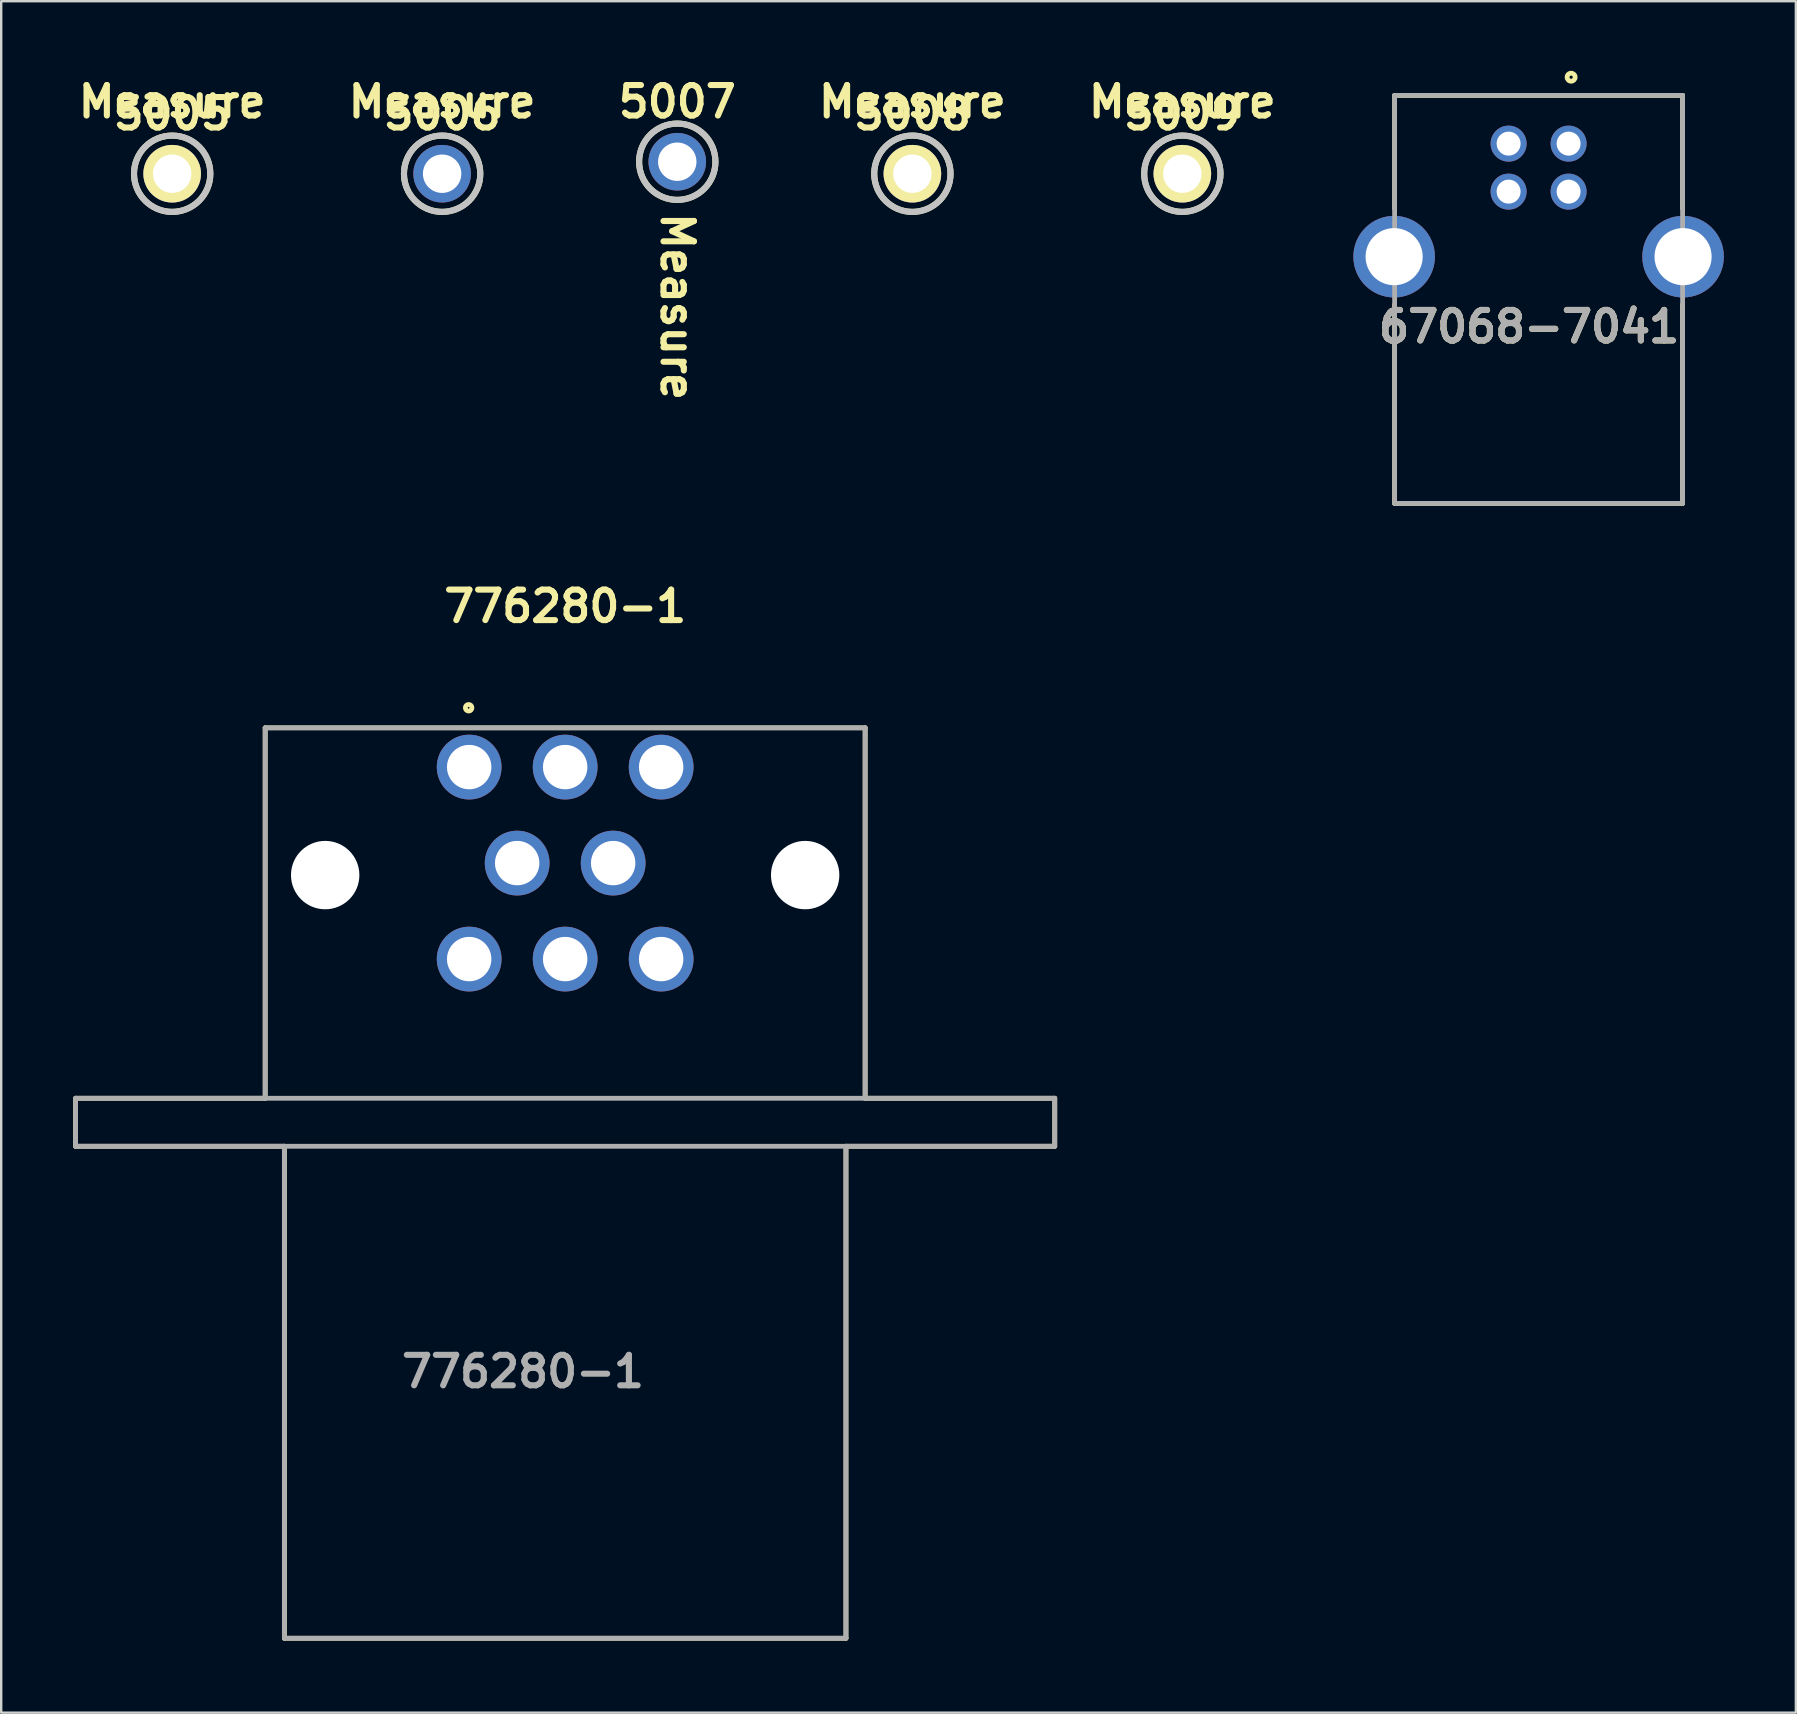
<source format=kicad_pcb>
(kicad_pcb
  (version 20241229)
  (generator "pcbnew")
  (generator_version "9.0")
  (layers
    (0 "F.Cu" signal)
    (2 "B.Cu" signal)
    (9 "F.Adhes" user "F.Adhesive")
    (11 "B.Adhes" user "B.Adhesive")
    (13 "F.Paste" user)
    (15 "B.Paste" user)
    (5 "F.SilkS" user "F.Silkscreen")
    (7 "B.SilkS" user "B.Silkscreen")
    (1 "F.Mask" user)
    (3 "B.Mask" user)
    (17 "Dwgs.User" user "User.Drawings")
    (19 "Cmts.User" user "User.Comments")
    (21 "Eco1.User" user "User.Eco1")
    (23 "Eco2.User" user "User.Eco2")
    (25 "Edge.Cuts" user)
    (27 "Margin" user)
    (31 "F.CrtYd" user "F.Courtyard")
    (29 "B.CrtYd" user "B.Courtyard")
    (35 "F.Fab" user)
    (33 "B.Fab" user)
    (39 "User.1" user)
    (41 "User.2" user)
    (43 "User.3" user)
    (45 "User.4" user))
  (footprint "5008"
    (layer "F.Cu")
    (at 34.968 4.189)
    (property "Reference" "5008" (at 0 -2.5 0) (layer "F.SilkS") (effects (font (size 1.27 1.27) (thickness 0.254))))
    (property "Measure" "Measure" (at 0 -3 0) (layer "F.SilkS") (effects (font (size 1.27 1.27) (thickness 0.254))))
    (attr through_hole exclude_from_pos_files)
    (fp_circle (center 0 0) (end 1.59 0) (stroke (width 0.254) (type solid)) (fill no) (layer "F.SilkS"))
    (fp_circle (center 0 0) (end 1.59 0) (stroke (width 0.254) (type solid)) (fill no) (layer "Dwgs.User"))
    (pad "1" thru_hole circle (at 0 0 90) (size 2.4 2.4) (drill 1.6) (layers "*.Cu" "*.Mask" "F.SilkS")))
  (footprint "5006"
    (layer "F.Cu")
    (at 15.373 4.189)
    (property "Reference" "5006" (at 0 -2.5 0) (layer "F.SilkS") (effects (font (size 1.27 1.27) (thickness 0.254))))
    (property "Measure" "Measure" (at 0 -3 0) (layer "F.SilkS") (effects (font (size 1.27 1.27) (thickness 0.254))))
    (attr through_hole exclude_from_pos_files)
    (fp_circle (center 0 0) (end 1.59 0) (stroke (width 0.254) (type solid)) (fill no) (layer "F.SilkS"))
    (fp_circle (center 0 0) (end 1.59 0) (stroke (width 0.254) (type solid)) (fill no) (layer "Dwgs.User"))
    (pad "1" thru_hole circle (at 0 0 90) (size 2.4 2.4) (drill 1.6) (layers "*.Cu" "*.Mask")))
  (footprint "776280-1"
    (layer "F.Cu")
    (at 20.5 44.714)
    (property "Reference" "776280-1" (at 0 -22.5 0) (layer "F.SilkS") (effects (font (size 1.27 1.27) (thickness 0.254))))
    (attr through_hole)
    (fp_line (start -20.4 -2) (end -20.4 0) (stroke (width 0.2) (type solid)) (layer "F.SilkS"))
    (fp_line (start -20.4 0) (end -11.7 0) (stroke (width 0.2) (type solid)) (layer "F.SilkS"))
    (fp_line (start -12.5 -17.436) (end -12.5 -2) (stroke (width 0.2) (type solid)) (layer "F.SilkS"))
    (fp_line (start -12.5 -2) (end -20.4 -2) (stroke (width 0.2) (type solid)) (layer "F.SilkS"))
    (fp_line (start -11.7 0) (end -11.7 20.5) (stroke (width 0.2) (type solid)) (layer "F.SilkS"))
    (fp_line (start -11.7 20.5) (end 11.7 20.5) (stroke (width 0.2) (type solid)) (layer "F.SilkS"))
    (fp_line (start 11.7 0) (end 20.4 0) (stroke (width 0.2) (type solid)) (layer "F.SilkS"))
    (fp_line (start 11.7 20.5) (end 11.7 0) (stroke (width 0.2) (type solid)) (layer "F.SilkS"))
    (fp_line (start 12.5 -17.436) (end -12.5 -17.436) (stroke (width 0.2) (type solid)) (layer "F.SilkS"))
    (fp_line (start 12.5 -2) (end 12.5 -17.436) (stroke (width 0.2) (type solid)) (layer "F.SilkS"))
    (fp_line (start 20.4 -2) (end 12.5 -2) (stroke (width 0.2) (type solid)) (layer "F.SilkS"))
    (fp_line (start 20.4 0) (end 20.4 -2) (stroke (width 0.2) (type solid)) (layer "F.SilkS"))
    (fp_circle (center -4.022 -18.272) (end -4.022 -18.135) (stroke (width 0.2) (type solid)) (fill no) (layer "F.SilkS"))
    (fp_line (start -20.4 0) (end -20.4 -2) (stroke (width 0.2) (type solid)) (layer "F.Fab"))
    (fp_line (start -20.4 0) (end 20.4 0) (stroke (width 0.2) (type solid)) (layer "F.Fab"))
    (fp_line (start -12.5 -17.436) (end 12.5 -17.436) (stroke (width 0.2) (type solid)) (layer "F.Fab"))
    (fp_line (start -12.5 -2) (end -20.4 -2) (stroke (width 0.2) (type solid)) (layer "F.Fab"))
    (fp_line (start -12.5 -2) (end -12.5 -17.436) (stroke (width 0.2) (type solid)) (layer "F.Fab"))
    (fp_line (start -11.7 0) (end -11.7 20.5) (stroke (width 0.2) (type solid)) (layer "F.Fab"))
    (fp_line (start -11.7 20.5) (end 11.7 20.5) (stroke (width 0.2) (type solid)) (layer "F.Fab"))
    (fp_line (start 11.7 20.5) (end 11.7 0) (stroke (width 0.2) (type solid)) (layer "F.Fab"))
    (fp_line (start 12.5 -17.436) (end 12.5 -2) (stroke (width 0.2) (type solid)) (layer "F.Fab"))
    (fp_line (start 12.5 -2) (end -12.5 -2) (stroke (width 0.2) (type solid)) (layer "F.Fab"))
    (fp_line (start 12.5 -2) (end 20.4 -2) (stroke (width 0.2) (type solid)) (layer "F.Fab"))
    (fp_line (start 20.4 -2) (end 20.4 0) (stroke (width 0.2) (type solid)) (layer "F.Fab"))
    (fp_text user "${REFERENCE}" (at -1.759 9.386 0) (layer "F.Fab") (effects (font (size 1.27 1.27) (thickness 0.254))))
    (pad "" np_thru_hole circle (at -10 -11.3) (size 2.85 2.85) (drill 2.85) (layers "*.Cu"))
    (pad "" np_thru_hole circle (at 10 -11.3) (size 2.85 2.85) (drill 2.85) (layers "*.Cu"))
    (pad "1" thru_hole circle (at -4 -15.8) (size 2.7 2.7) (drill 1.85) (layers "*.Cu" "*.Mask"))
    (pad "2" thru_hole circle (at 0 -15.8) (size 2.7 2.7) (drill 1.85) (layers "*.Cu" "*.Mask"))
    (pad "3" thru_hole circle (at 4 -15.8) (size 2.7 2.7) (drill 1.85) (layers "*.Cu" "*.Mask"))
    (pad "4" thru_hole circle (at -2 -11.8) (size 2.7 2.7) (drill 1.85) (layers "*.Cu" "*.Mask"))
    (pad "5" thru_hole circle (at 2 -11.8) (size 2.7 2.7) (drill 1.85) (layers "*.Cu" "*.Mask"))
    (pad "6" thru_hole circle (at -4 -7.8) (size 2.7 2.7) (drill 1.85) (layers "*.Cu" "*.Mask"))
    (pad "7" thru_hole circle (at 0 -7.8) (size 2.7 2.7) (drill 1.85) (layers "*.Cu" "*.Mask"))
    (pad "8" thru_hole circle (at 4 -7.8) (size 2.7 2.7) (drill 1.85) (layers "*.Cu" "*.Mask")))
  (footprint "5005"
    (layer "F.Cu")
    (at 4.124 4.189)
    (property "Reference" "5005" (at 0 -2.5 0) (layer "F.SilkS") (effects (font (size 1.27 1.27) (thickness 0.254))))
    (property "Measure" "Measure" (at 0 -3 0) (layer "F.SilkS") (effects (font (size 1.27 1.27) (thickness 0.254))))
    (attr through_hole exclude_from_pos_files)
    (fp_circle (center 0 0) (end 1.59 0) (stroke (width 0.254) (type solid)) (fill no) (layer "F.SilkS"))
    (fp_circle (center 0 0) (end 1.59 0) (stroke (width 0.254) (type solid)) (fill no) (layer "Dwgs.User"))
    (pad "1" thru_hole circle (at 0 0 90) (size 2.4 2.4) (drill 1.6) (layers "*.Cu" "*.Mask" "F.SilkS")))
  (footprint "67068-7041"
    (layer "F.Cu")
    (at 61.062 7.645)
    (property "Reference" "67068-7041" (at -0.395 2.916 0) (layer "F.SilkS") (effects (font (size 1.27 1.27) (thickness 0.254))))
    (attr through_hole)
    (fp_line (start -6 -6.72) (end -6 -2) (stroke (width 0.2) (type solid)) (layer "F.SilkS"))
    (fp_line (start -6 -6.72) (end 6 -6.72) (stroke (width 0.2) (type solid)) (layer "F.SilkS"))
    (fp_line (start -6 10.28) (end -6 2) (stroke (width 0.2) (type solid)) (layer "F.SilkS"))
    (fp_line (start 6 -6.72) (end 6 -2) (stroke (width 0.2) (type solid)) (layer "F.SilkS"))
    (fp_line (start 6 10.28) (end -6 10.28) (stroke (width 0.2) (type solid)) (layer "F.SilkS"))
    (fp_line (start 6 10.28) (end 6 2) (stroke (width 0.2) (type solid)) (layer "F.SilkS"))
    (fp_circle (center 1.355 -7.478) (end 1.355 -7.411) (stroke (width 0.2) (type solid)) (fill no) (layer "F.SilkS"))
    (fp_line (start -6 -6.72) (end 6 -6.72) (stroke (width 0.2) (type solid)) (layer "F.Fab"))
    (fp_line (start -6 10.28) (end -6 -6.72) (stroke (width 0.2) (type solid)) (layer "F.Fab"))
    (fp_line (start 6 -6.72) (end 6 10.28) (stroke (width 0.2) (type solid)) (layer "F.Fab"))
    (fp_line (start 6 10.28) (end -6 10.28) (stroke (width 0.2) (type solid)) (layer "F.Fab"))
    (fp_text user "${REFERENCE}" (at -0.395 2.916 0) (layer "F.Fab") (effects (font (size 1.27 1.27) (thickness 0.254))))
    (pad "1" thru_hole circle (at 1.25 -4.71) (size 1.5 1.5) (drill 1) (layers "*.Cu" "*.Mask"))
    (pad "2" thru_hole circle (at -1.25 -4.71) (size 1.5 1.5) (drill 1) (layers "*.Cu" "*.Mask"))
    (pad "3" thru_hole circle (at -1.25 -2.71) (size 1.5 1.5) (drill 1) (layers "*.Cu" "*.Mask"))
    (pad "4" thru_hole circle (at 1.25 -2.71) (size 1.5 1.5) (drill 1) (layers "*.Cu" "*.Mask"))
    (pad "5" thru_hole circle (at -6.02 0) (size 3.4 3.4) (drill 2.38) (layers "*.Cu" "*.Mask"))
    (pad "6" thru_hole circle (at 6.02 0) (size 3.4 3.4) (drill 2.38) (layers "*.Cu" "*.Mask")))
  (footprint "5007"
    (layer "F.Cu")
    (at 25.171 3.689)
    (property "Reference" "5007" (at 0 -2.5 0) (layer "F.SilkS") (effects (font (size 1.27 1.27) (thickness 0.254))))
    (property "Measure" "Measure" (at 0 2 270) (unlocked yes) (layer "F.SilkS") (effects (font (size 1.27 1.27) (thickness 0.254)) (justify left)))
    (attr through_hole exclude_from_pos_files)
    (fp_circle (center 0 0) (end 1.59 0) (stroke (width 0.254) (type solid)) (fill no) (layer "F.SilkS"))
    (fp_circle (center 0 0) (end 1.59 0) (stroke (width 0.254) (type solid)) (fill no) (layer "Dwgs.User"))
    (pad "1" thru_hole circle (at 0 0 90) (size 2.4 2.4) (drill 1.6) (layers "*.Cu" "*.Mask")))
  (footprint "5009"
    (layer "F.Cu")
    (at 46.217 4.189)
    (property "Reference" "5009" (at 0 -2.5 0) (layer "F.SilkS") (effects (font (size 1.27 1.27) (thickness 0.254))))
    (property "Measure" "Measure" (at 0 -3 0) (layer "F.SilkS") (effects (font (size 1.27 1.27) (thickness 0.254))))
    (attr through_hole exclude_from_pos_files)
    (fp_circle (center 0 0) (end 1.59 0) (stroke (width 0.254) (type solid)) (fill no) (layer "F.SilkS"))
    (fp_circle (center 0 0) (end 1.59 0) (stroke (width 0.254) (type solid)) (fill no) (layer "Dwgs.User"))
    (pad "1" thru_hole circle (at 0 0 90) (size 2.4 2.4) (drill 1.6) (layers "*.Cu" "*.Mask" "F.SilkS")))
  (gr_rect
    (start -3 -3)
    (end 71.782 68.314)
    (stroke (width 0.1) (type default))
    (fill no)
    (layer "Edge.Cuts")))
</source>
